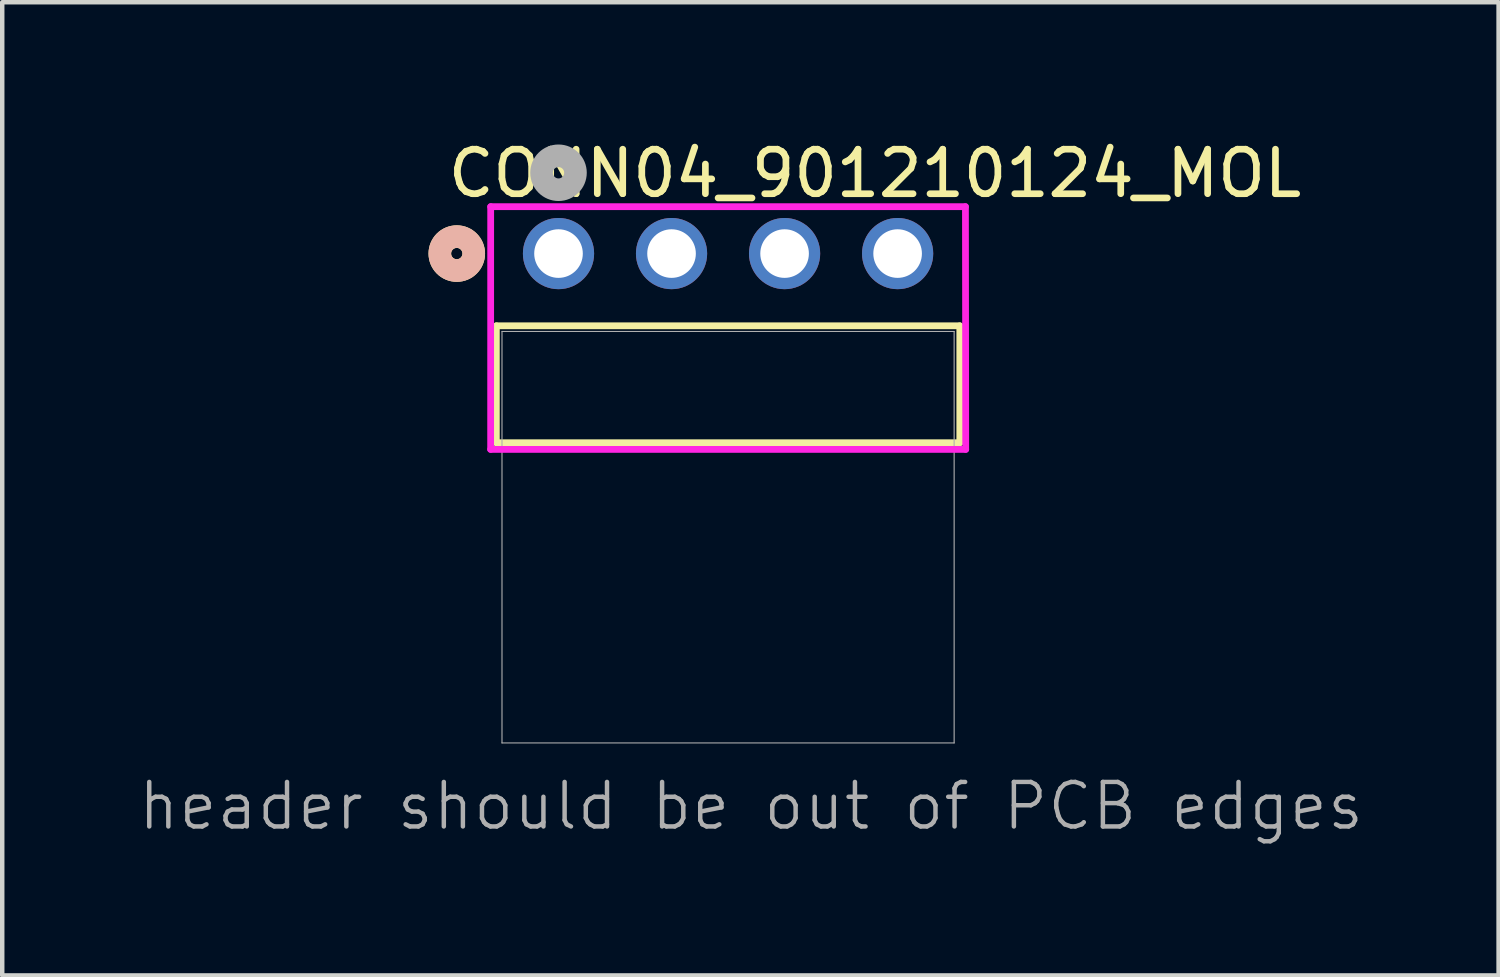
<source format=kicad_pcb>
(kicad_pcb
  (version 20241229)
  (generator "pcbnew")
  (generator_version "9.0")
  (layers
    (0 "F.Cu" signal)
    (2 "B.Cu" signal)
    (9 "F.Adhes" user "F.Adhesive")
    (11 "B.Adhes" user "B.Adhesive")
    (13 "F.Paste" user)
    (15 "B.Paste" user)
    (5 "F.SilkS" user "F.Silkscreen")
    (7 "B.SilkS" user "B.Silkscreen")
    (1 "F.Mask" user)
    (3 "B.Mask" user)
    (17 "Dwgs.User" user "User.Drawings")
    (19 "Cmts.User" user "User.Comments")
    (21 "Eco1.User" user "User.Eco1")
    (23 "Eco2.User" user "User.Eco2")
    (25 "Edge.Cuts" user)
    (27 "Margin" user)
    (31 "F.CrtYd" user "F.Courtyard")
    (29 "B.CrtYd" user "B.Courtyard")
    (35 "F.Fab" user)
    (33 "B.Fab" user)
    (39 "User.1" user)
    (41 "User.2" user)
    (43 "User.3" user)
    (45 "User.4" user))
  (footprint "CONN04_901210124_MOL"
    (layer "F.Cu")
    (at 9.5 2.648)
    (property "Reference" "CONN04_901210124_MOL" (at 7.11 -1.8 0) (unlocked yes) (layer "F.SilkS") (effects (font (size 1 1) (thickness 0.15))))
    (attr through_hole)
    (fp_line (start -1.397 1.623) (end -1.397 4.25) (stroke (width 0.152) (type solid)) (layer "F.SilkS"))
    (fp_line (start -1.397 4.25) (end 9.017 4.25) (stroke (width 0.152) (type solid)) (layer "F.SilkS"))
    (fp_line (start 9.017 1.623) (end -1.397 1.623) (stroke (width 0.152) (type solid)) (layer "F.SilkS"))
    (fp_line (start 9.017 4.25) (end 9.017 1.623) (stroke (width 0.152) (type solid)) (layer "F.SilkS"))
    (fp_circle (center -2.286 0) (end -1.905 0) (stroke (width 0.508) (type solid)) (fill no) (layer "F.SilkS"))
    (fp_circle (center -2.286 0) (end -1.905 0) (stroke (width 0.508) (type solid)) (fill no) (layer "B.SilkS"))
    (fp_line (start -1.525 4.4) (end 9.15 4.4) (stroke (width 0.152) (type solid)) (layer "F.CrtYd"))
    (fp_line (start -1.524 -1.054) (end -1.525 4.4) (stroke (width 0.152) (type solid)) (layer "F.CrtYd"))
    (fp_line (start 9.144 -1.054) (end -1.524 -1.054) (stroke (width 0.152) (type solid)) (layer "F.CrtYd"))
    (fp_line (start 9.15 4.4) (end 9.144 -1.054) (stroke (width 0.152) (type solid)) (layer "F.CrtYd"))
    (fp_line (start -1.27 1.75) (end -1.27 10.996) (stroke (width 0.025) (type solid)) (layer "F.Fab"))
    (fp_line (start -1.27 10.996) (end 8.89 10.996) (stroke (width 0.025) (type solid)) (layer "F.Fab"))
    (fp_line (start 8.89 1.75) (end -1.27 1.75) (stroke (width 0.025) (type solid)) (layer "F.Fab"))
    (fp_line (start 8.89 10.996) (end 8.89 1.75) (stroke (width 0.025) (type solid)) (layer "F.Fab"))
    (fp_circle (center 0 -1.816) (end 0.381 -1.816) (stroke (width 0.508) (type solid)) (fill no) (layer "F.Fab"))
    (fp_text user "header should be out of PCB edges" (at -9.5 13 0) (unlocked yes) (layer "F.Fab") (effects (font (size 1 1) (thickness 0.1)) (justify left bottom)))
    (pad "1" thru_hole circle (at 0 0) (size 1.6 1.6) (drill 1.092) (layers "*.Cu" "*.Mask"))
    (pad "2" thru_hole circle (at 2.54 0) (size 1.6 1.6) (drill 1.092) (layers "*.Cu" "*.Mask"))
    (pad "3" thru_hole circle (at 5.08 0) (size 1.6 1.6) (drill 1.092) (layers "*.Cu" "*.Mask"))
    (pad "4" thru_hole circle (at 7.62 0) (size 1.6 1.6) (drill 1.092) (layers "*.Cu" "*.Mask")))
  (gr_rect
    (start -3 -3)
    (end 30.624 18.869)
    (stroke (width 0.1) (type default))
    (fill no)
    (layer "Edge.Cuts")))
</source>
